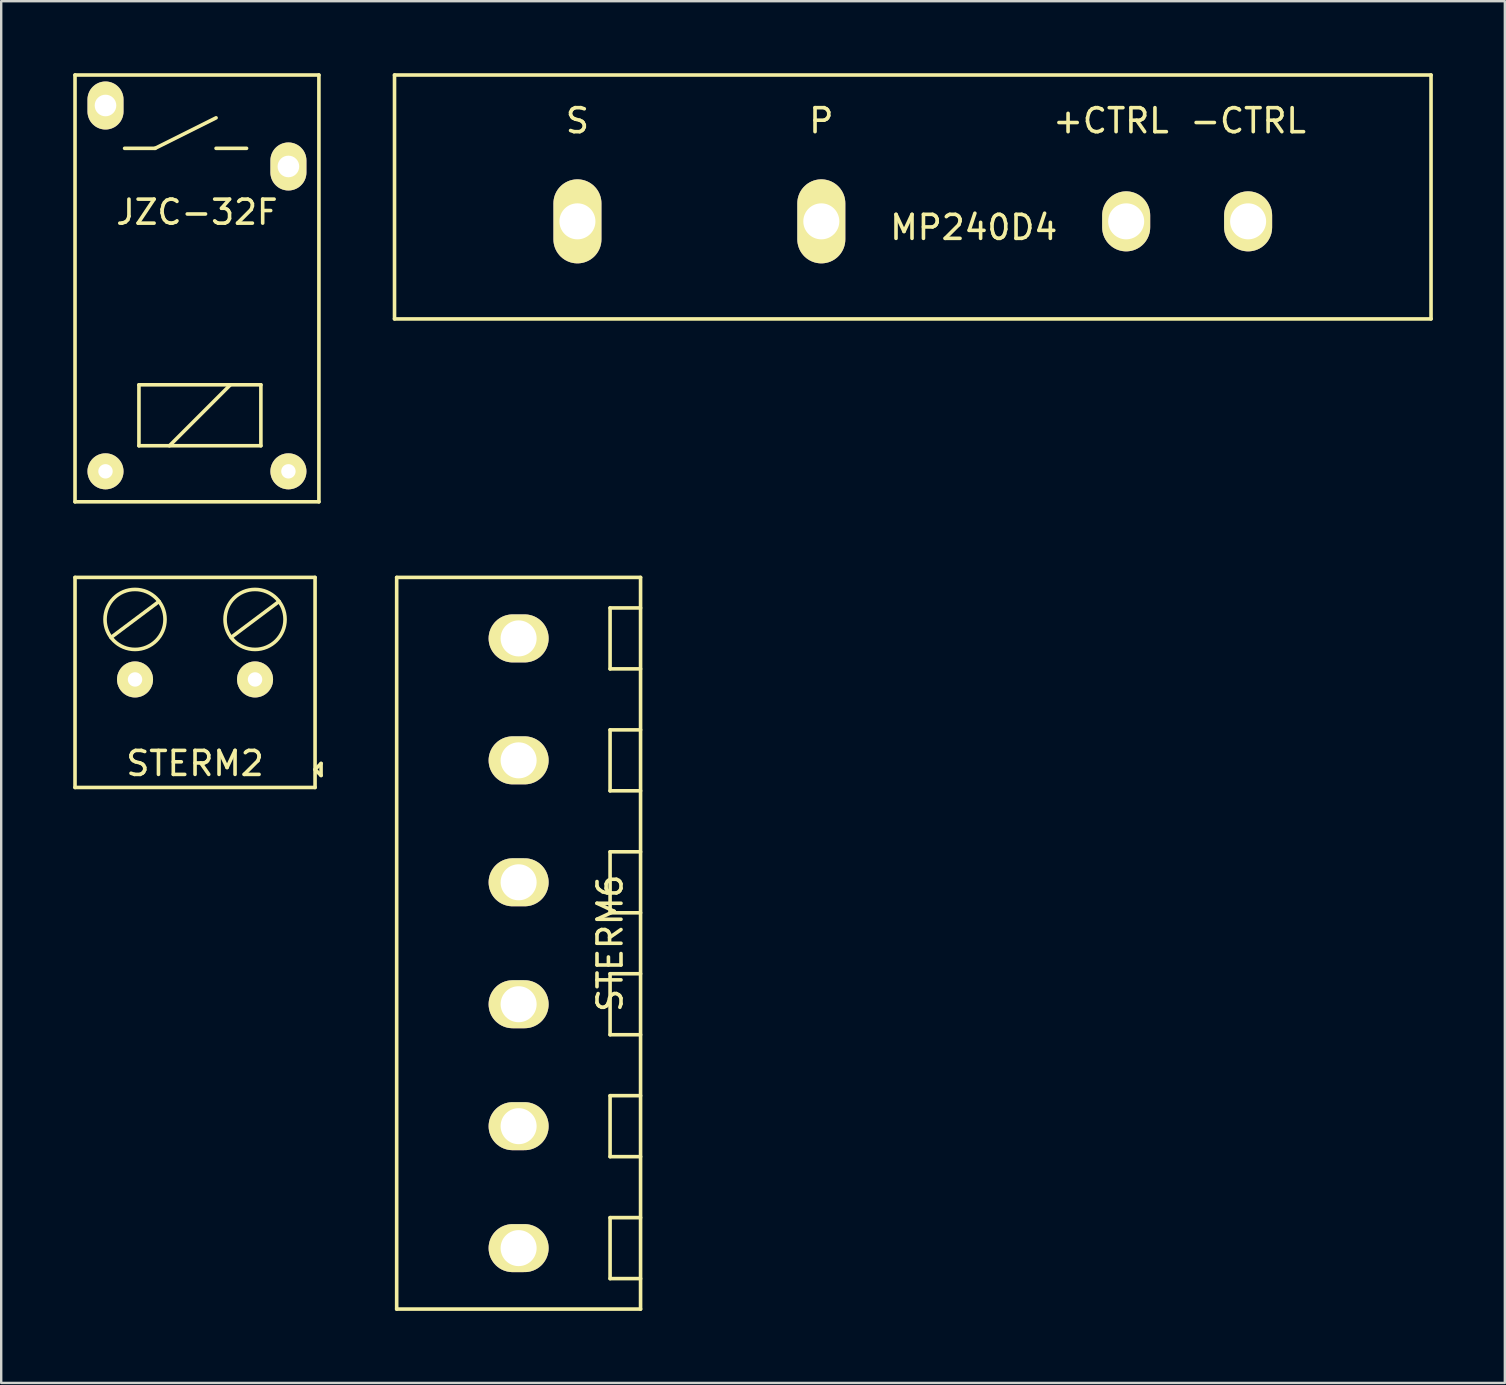
<source format=kicad_pcb>
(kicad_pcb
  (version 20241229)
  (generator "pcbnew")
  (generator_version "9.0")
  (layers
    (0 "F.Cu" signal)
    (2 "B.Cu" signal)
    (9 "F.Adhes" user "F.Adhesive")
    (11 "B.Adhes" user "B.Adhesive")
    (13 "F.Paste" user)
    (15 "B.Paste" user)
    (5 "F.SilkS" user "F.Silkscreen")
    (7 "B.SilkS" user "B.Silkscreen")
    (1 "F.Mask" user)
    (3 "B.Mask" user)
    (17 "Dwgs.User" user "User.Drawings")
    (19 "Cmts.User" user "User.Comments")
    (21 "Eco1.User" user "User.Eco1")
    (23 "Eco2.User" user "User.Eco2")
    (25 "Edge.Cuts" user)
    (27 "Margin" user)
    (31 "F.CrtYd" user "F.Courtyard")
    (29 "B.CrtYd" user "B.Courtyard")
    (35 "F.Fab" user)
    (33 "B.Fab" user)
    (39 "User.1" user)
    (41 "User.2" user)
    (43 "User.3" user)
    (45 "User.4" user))
  (footprint "STERM6"
    (layer "F.Cu")
    (at 18.555 36.245)
    (property "Reference" "STERM6" (at 3.81 0 90) (layer "F.SilkS") (effects (font (size 1 1) (thickness 0.15))))
    (attr through_hole)
    (fp_line (start -5.08 -15.24) (end 5.08 -15.24) (stroke (width 0.15) (type solid)) (layer "F.SilkS"))
    (fp_line (start -5.08 15.24) (end -5.08 -15.24) (stroke (width 0.15) (type solid)) (layer "F.SilkS"))
    (fp_line (start 3.81 -13.97) (end 3.81 -11.43) (stroke (width 0.15) (type solid)) (layer "F.SilkS"))
    (fp_line (start 3.81 -11.43) (end 5.08 -11.43) (stroke (width 0.15) (type solid)) (layer "F.SilkS"))
    (fp_line (start 3.81 -8.89) (end 3.81 -6.35) (stroke (width 0.15) (type solid)) (layer "F.SilkS"))
    (fp_line (start 3.81 -6.35) (end 5.08 -6.35) (stroke (width 0.15) (type solid)) (layer "F.SilkS"))
    (fp_line (start 3.81 -3.81) (end 3.81 -1.27) (stroke (width 0.15) (type solid)) (layer "F.SilkS"))
    (fp_line (start 3.81 -1.27) (end 5.08 -1.27) (stroke (width 0.15) (type solid)) (layer "F.SilkS"))
    (fp_line (start 3.81 1.27) (end 3.81 3.81) (stroke (width 0.15) (type solid)) (layer "F.SilkS"))
    (fp_line (start 3.81 3.81) (end 5.08 3.81) (stroke (width 0.15) (type solid)) (layer "F.SilkS"))
    (fp_line (start 3.81 6.35) (end 3.81 8.89) (stroke (width 0.15) (type solid)) (layer "F.SilkS"))
    (fp_line (start 3.81 8.89) (end 5.08 8.89) (stroke (width 0.15) (type solid)) (layer "F.SilkS"))
    (fp_line (start 3.81 11.43) (end 3.81 13.97) (stroke (width 0.15) (type solid)) (layer "F.SilkS"))
    (fp_line (start 3.81 13.97) (end 5.08 13.97) (stroke (width 0.15) (type solid)) (layer "F.SilkS"))
    (fp_line (start 5.08 -15.24) (end 5.08 15.24) (stroke (width 0.15) (type solid)) (layer "F.SilkS"))
    (fp_line (start 5.08 -13.97) (end 3.81 -13.97) (stroke (width 0.15) (type solid)) (layer "F.SilkS"))
    (fp_line (start 5.08 -8.89) (end 3.81 -8.89) (stroke (width 0.15) (type solid)) (layer "F.SilkS"))
    (fp_line (start 5.08 -3.81) (end 3.81 -3.81) (stroke (width 0.15) (type solid)) (layer "F.SilkS"))
    (fp_line (start 5.08 1.27) (end 3.81 1.27) (stroke (width 0.15) (type solid)) (layer "F.SilkS"))
    (fp_line (start 5.08 6.35) (end 3.81 6.35) (stroke (width 0.15) (type solid)) (layer "F.SilkS"))
    (fp_line (start 5.08 11.43) (end 3.81 11.43) (stroke (width 0.15) (type solid)) (layer "F.SilkS"))
    (fp_line (start 5.08 15.24) (end -5.08 15.24) (stroke (width 0.15) (type solid)) (layer "F.SilkS"))
    (pad "1" thru_hole oval (at 0 -12.7) (size 2.5 2) (drill 1.5) (layers "*.Cu" "*.Mask" "F.SilkS"))
    (pad "2" thru_hole oval (at 0 -7.62) (size 2.5 2) (drill 1.5) (layers "*.Cu" "*.Mask" "F.SilkS"))
    (pad "3" thru_hole oval (at 0 -2.54) (size 2.5 2) (drill 1.5) (layers "*.Cu" "*.Mask" "F.SilkS"))
    (pad "4" thru_hole oval (at 0 2.54) (size 2.5 2) (drill 1.5) (layers "*.Cu" "*.Mask" "F.SilkS"))
    (pad "5" thru_hole oval (at 0 7.62) (size 2.5 2) (drill 1.5) (layers "*.Cu" "*.Mask" "F.SilkS"))
    (pad "6" thru_hole oval (at 0 12.7) (size 2.5 2) (drill 1.5) (layers "*.Cu" "*.Mask" "F.SilkS")))
  (footprint "STERM2"
    (layer "F.Cu")
    (at 5.075 25.255)
    (property "Reference" "STERM2" (at 0 3.5 0) (layer "F.SilkS") (effects (font (size 1 1) (thickness 0.15))))
    (attr through_hole)
    (fp_line (start -5 -4.25) (end 5 -4.25) (stroke (width 0.15) (type solid)) (layer "F.SilkS"))
    (fp_line (start -5 4.5) (end -5 -4.25) (stroke (width 0.15) (type solid)) (layer "F.SilkS"))
    (fp_line (start -3.5 -1.75) (end -1.5 -3.25) (stroke (width 0.15) (type solid)) (layer "F.SilkS"))
    (fp_line (start 1.5 -1.75) (end 3.5 -3.25) (stroke (width 0.15) (type solid)) (layer "F.SilkS"))
    (fp_line (start 5 -4.25) (end 5 4.5) (stroke (width 0.15) (type solid)) (layer "F.SilkS"))
    (fp_line (start 5 3.75) (end 5.25 4) (stroke (width 0.15) (type solid)) (layer "F.SilkS"))
    (fp_line (start 5 4.5) (end -5 4.5) (stroke (width 0.15) (type solid)) (layer "F.SilkS"))
    (fp_line (start 5.25 3.5) (end 5 3.75) (stroke (width 0.15) (type solid)) (layer "F.SilkS"))
    (fp_line (start 5.25 4) (end 5.25 3.5) (stroke (width 0.15) (type solid)) (layer "F.SilkS"))
    (fp_circle (center -2.5 -2.5) (end -2.5 -3.75) (stroke (width 0.15) (type solid)) (fill no) (layer "F.SilkS"))
    (fp_circle (center 2.5 -2.5) (end 2.5 -3.75) (stroke (width 0.15) (type solid)) (fill no) (layer "F.SilkS"))
    (pad "1" thru_hole circle (at -2.5 0) (size 1.5 1.5) (drill 0.6) (layers "*.Cu" "*.Mask" "F.SilkS"))
    (pad "2" thru_hole circle (at 2.5 0) (size 1.5 1.5) (drill 0.6) (layers "*.Cu" "*.Mask" "F.SilkS")))
  (footprint "JZC-32F"
    (layer "F.Cu")
    (at 5.155 8.965)
    (property "Reference" "JZC-32F" (at 0 -3.175 0) (layer "F.SilkS") (effects (font (size 1 1) (thickness 0.15))))
    (attr through_hole)
    (fp_line (start -5.08 -8.89) (end 5.08 -8.89) (stroke (width 0.15) (type solid)) (layer "F.SilkS"))
    (fp_line (start -5.08 8.89) (end -5.08 -8.89) (stroke (width 0.15) (type solid)) (layer "F.SilkS"))
    (fp_line (start -3.014 -5.836) (end -1.744 -5.836) (stroke (width 0.15) (type solid)) (layer "F.SilkS"))
    (fp_line (start -2.417 4.015) (end 2.663 4.015) (stroke (width 0.15) (type solid)) (layer "F.SilkS"))
    (fp_line (start -2.417 6.555) (end -2.417 4.015) (stroke (width 0.15) (type solid)) (layer "F.SilkS"))
    (fp_line (start -1.744 -5.836) (end 0.796 -7.106) (stroke (width 0.15) (type solid)) (layer "F.SilkS"))
    (fp_line (start -1.147 6.555) (end 1.393 4.015) (stroke (width 0.15) (type solid)) (layer "F.SilkS"))
    (fp_line (start 0.796 -5.836) (end 2.066 -5.836) (stroke (width 0.15) (type solid)) (layer "F.SilkS"))
    (fp_line (start 2.663 4.015) (end 2.663 6.555) (stroke (width 0.15) (type solid)) (layer "F.SilkS"))
    (fp_line (start 2.663 6.555) (end -2.417 6.555) (stroke (width 0.15) (type solid)) (layer "F.SilkS"))
    (fp_line (start 5.08 -8.89) (end 5.08 8.89) (stroke (width 0.15) (type solid)) (layer "F.SilkS"))
    (fp_line (start 5.08 8.89) (end -5.08 8.89) (stroke (width 0.15) (type solid)) (layer "F.SilkS"))
    (pad "1" thru_hole oval (at 3.81 -5.08) (size 1.5 2) (drill 0.9) (layers "*.Cu" "*.Mask" "F.SilkS"))
    (pad "2" thru_hole oval (at -3.81 -7.62) (size 1.5 2) (drill 0.9) (layers "*.Cu" "*.Mask" "F.SilkS"))
    (pad "3" thru_hole circle (at 3.81 7.62) (size 1.5 1.5) (drill 0.6) (layers "*.Cu" "*.Mask" "F.SilkS"))
    (pad "4" thru_hole circle (at -3.81 7.62) (size 1.5 1.5) (drill 0.6) (layers "*.Cu" "*.Mask" "F.SilkS")))
  (footprint "MP240D4"
    (layer "F.Cu")
    (at 34.975 5.155)
    (property "Reference" "MP240D4" (at 2.54 1.27 0) (layer "F.SilkS") (effects (font (size 1 1) (thickness 0.15))))
    (attr through_hole)
    (fp_line (start -21.59 -5.08) (end 21.59 -5.08) (stroke (width 0.15) (type solid)) (layer "F.SilkS"))
    (fp_line (start -21.59 5.08) (end -21.59 -5.08) (stroke (width 0.15) (type solid)) (layer "F.SilkS"))
    (fp_line (start 21.59 -5.08) (end 21.59 5.08) (stroke (width 0.15) (type solid)) (layer "F.SilkS"))
    (fp_line (start 21.59 5.08) (end -21.59 5.08) (stroke (width 0.15) (type solid)) (layer "F.SilkS"))
    (fp_text user "-CTRL" (at 13.97 -3.175 0) (layer "F.SilkS") (effects (font (size 1 1) (thickness 0.15))))
    (fp_text user "S" (at -13.97 -3.175 0) (layer "F.SilkS") (effects (font (size 1 1) (thickness 0.15))))
    (fp_text user "P" (at -3.81 -3.175 0) (layer "F.SilkS") (effects (font (size 1 1) (thickness 0.15))))
    (fp_text user "+CTRL" (at 8.255 -3.175 0) (layer "F.SilkS") (effects (font (size 1 1) (thickness 0.15))))
    (pad "1" thru_hole oval (at -13.97 1.016) (size 2 3.5) (drill 1.5) (layers "*.Cu" "*.Mask" "F.SilkS"))
    (pad "2" thru_hole oval (at -3.81 1.016) (size 2 3.5) (drill 1.5) (layers "*.Cu" "*.Mask" "F.SilkS"))
    (pad "3" thru_hole oval (at 8.89 1.016) (size 2 2.5) (drill 1.5) (layers "*.Cu" "*.Mask" "F.SilkS"))
    (pad "4" thru_hole oval (at 13.97 1.016) (size 2 2.5) (drill 1.5) (layers "*.Cu" "*.Mask" "F.SilkS")))
  (gr_rect
    (start -3 -3)
    (end 59.64 54.56)
    (stroke (width 0.1) (type default))
    (fill no)
    (layer "Edge.Cuts")))
</source>
